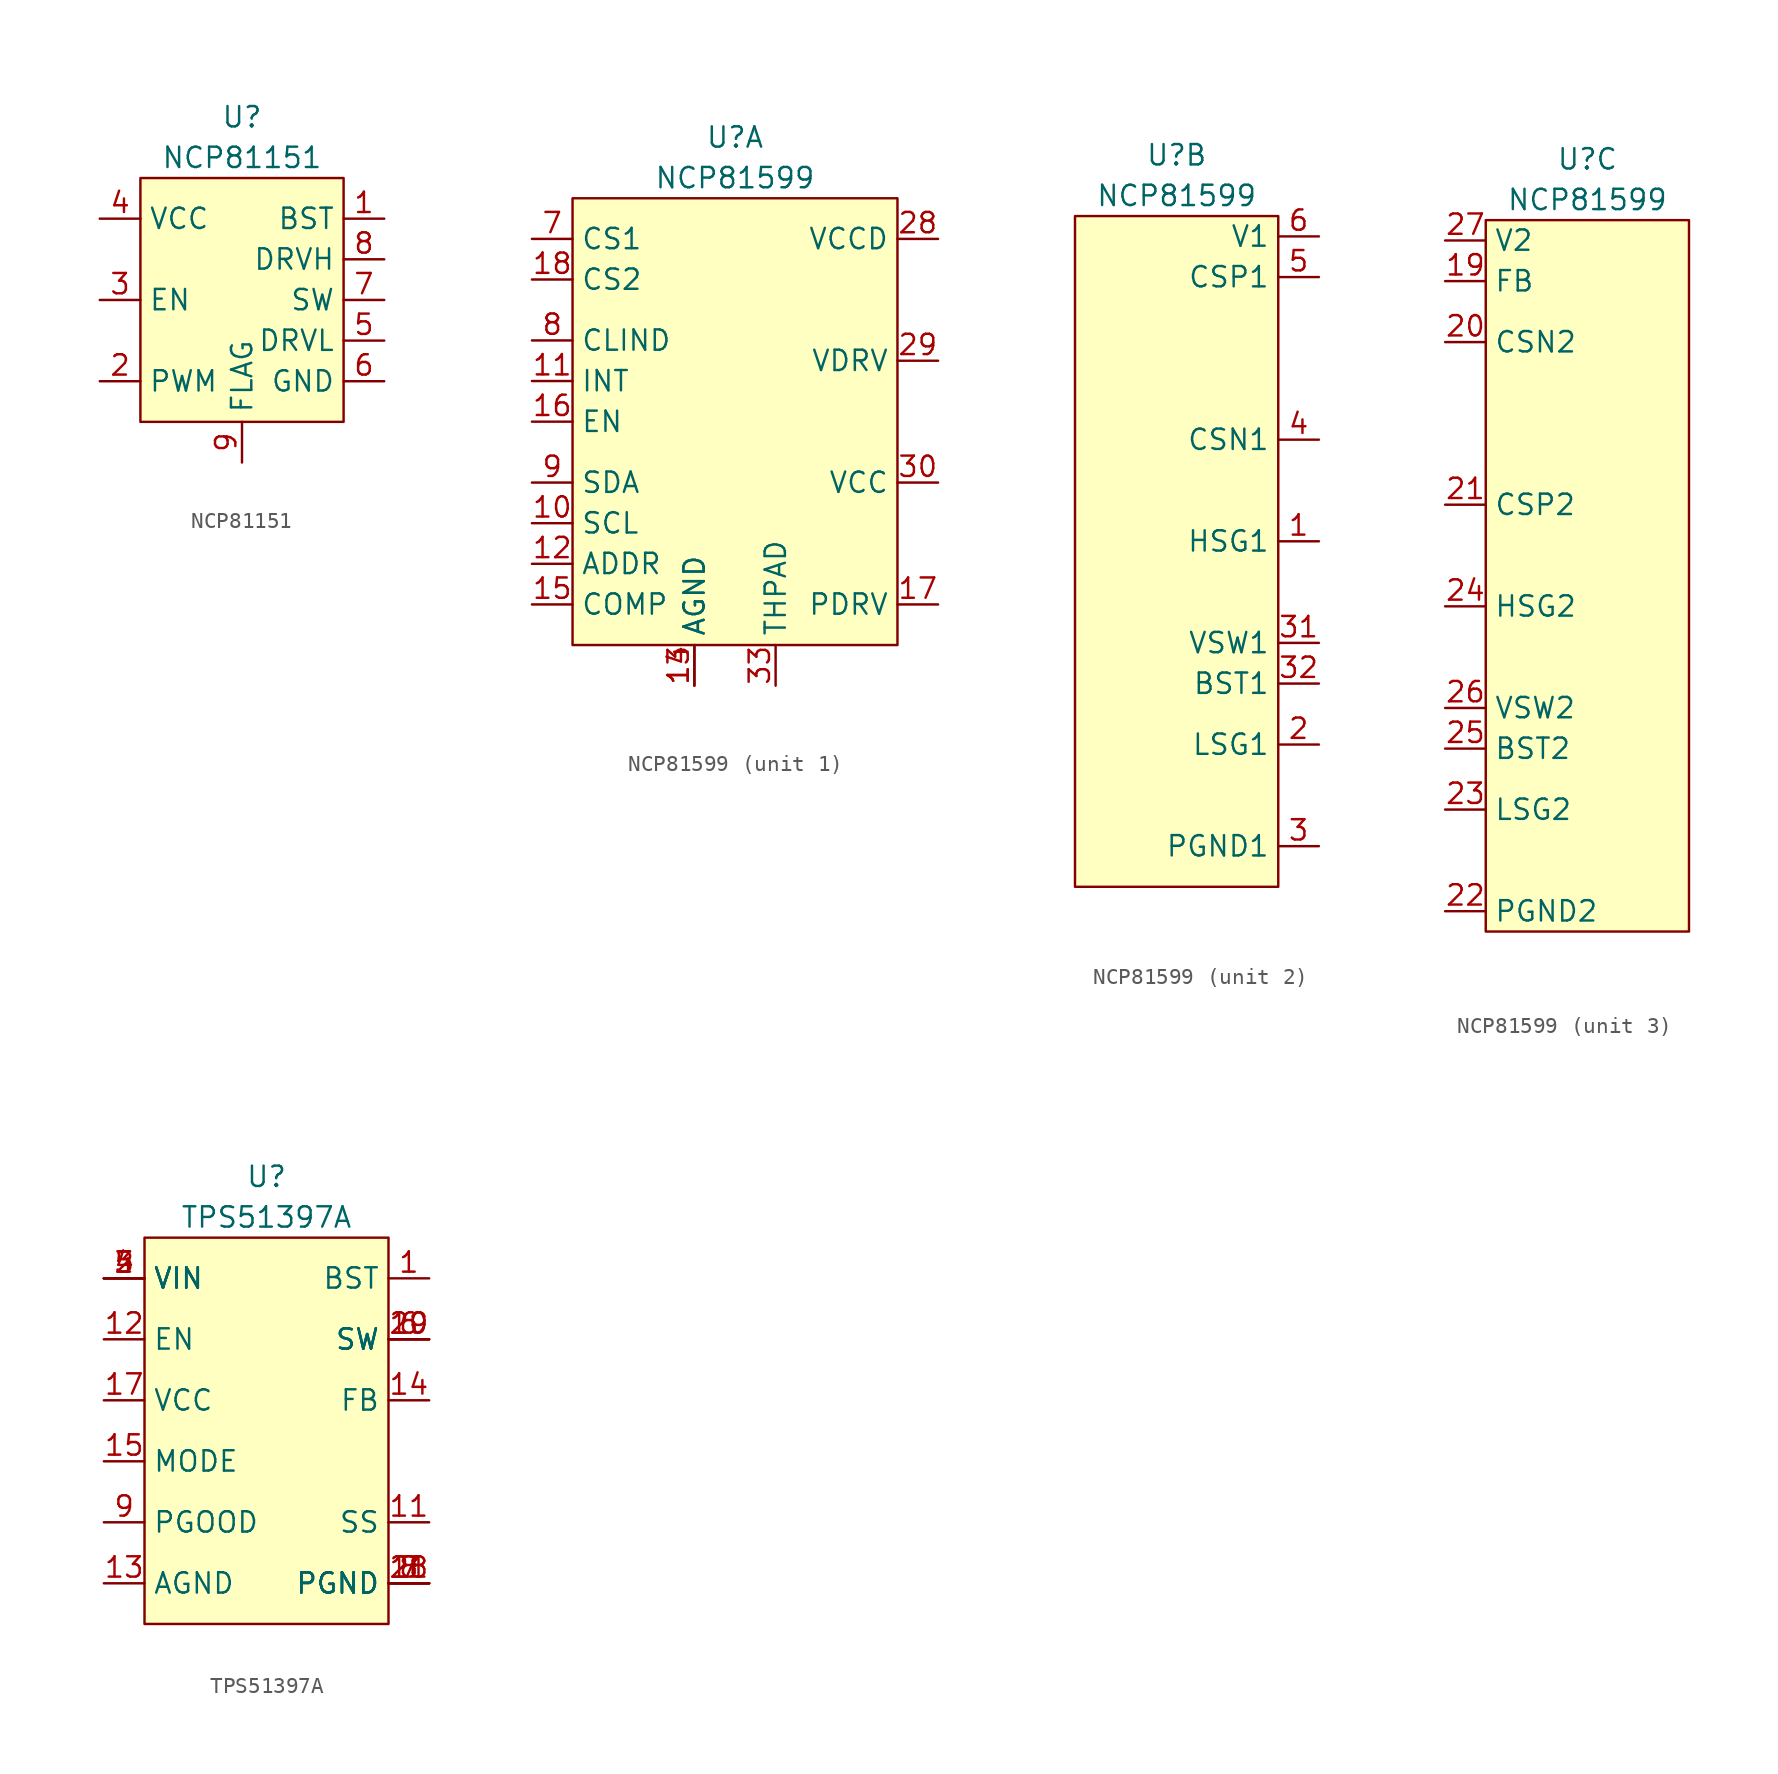
<source format=kicad_sym>
(kicad_symbol_lib
  (version 20220914)
  (generator kicad_symbol_editor)
  (symbol "NCP81151"
    (property "Reference" "U"
      (at 0 3.81 0)
      (effects (font (size 1.27 1.27))))
    (property "Value" "NCP81151"
      (at 0 1.27 0)
      (effects (font (size 1.27 1.27))))
    (symbol "NCP81151_1_1"
      (rectangle (start -6.35 0) (end 6.35 -15.24) (stroke (width 0) (type default)) (fill (type background)))
      (pin bidirectional line (at 8.89 -2.54 180) (length 2.54) (name "BST" (effects (font (size 1.27 1.27)))) (number "1" (effects (font (size 1.27 1.27)))))
      (pin input line (at -8.89 -12.7 0) (length 2.54) (name "PWM" (effects (font (size 1.27 1.27)))) (number "2" (effects (font (size 1.27 1.27)))))
      (pin input line (at -8.89 -7.62 0) (length 2.54) (name "EN" (effects (font (size 1.27 1.27)))) (number "3" (effects (font (size 1.27 1.27)))))
      (pin power_in line (at -8.89 -2.54 0) (length 2.54) (name "VCC" (effects (font (size 1.27 1.27)))) (number "4" (effects (font (size 1.27 1.27)))))
      (pin output line (at 8.89 -10.16 180) (length 2.54) (name "DRVL" (effects (font (size 1.27 1.27)))) (number "5" (effects (font (size 1.27 1.27)))))
      (pin power_in line (at 8.89 -12.7 180) (length 2.54) (name "GND" (effects (font (size 1.27 1.27)))) (number "6" (effects (font (size 1.27 1.27)))))
      (pin bidirectional line (at 8.89 -7.62 180) (length 2.54) (name "SW" (effects (font (size 1.27 1.27)))) (number "7" (effects (font (size 1.27 1.27)))))
      (pin output line (at 8.89 -5.08 180) (length 2.54) (name "DRVH" (effects (font (size 1.27 1.27)))) (number "8" (effects (font (size 1.27 1.27)))))
      (pin unspecified line (at 0 -17.78 90) (length 2.54) (name "FLAG" (effects (font (size 1.27 1.27)))) (number "9" (effects (font (size 1.27 1.27)))))))
  (symbol "NCP81599"
    (property "Reference" "U"
      (at 0 3.81 0)
      (effects (font (size 1.27 1.27))))
    (property "Value" "NCP81599"
      (at 0 1.27 0)
      (effects (font (size 1.27 1.27))))
    (property "ki_locked" ""
      (at 0 0 0)
      (effects (font (size 1.27 1.27))))
    (symbol "NCP81599_1_1"
      (rectangle (start -10.16 0) (end 10.16 -27.94) (stroke (width 0) (type default)) (fill (type background)))
      (pin input line (at -12.7 -20.32 0) (length 2.54) (name "SCL" (effects (font (size 1.27 1.27)))) (number "10" (effects (font (size 1.27 1.27)))))
      (pin output line (at -12.7 -11.43 0) (length 2.54) (name "INT" (effects (font (size 1.27 1.27)))) (number "11" (effects (font (size 1.27 1.27)))))
      (pin input line (at -12.7 -22.86 0) (length 2.54) (name "ADDR" (effects (font (size 1.27 1.27)))) (number "12" (effects (font (size 1.27 1.27)))))
      (pin power_in line (at -2.54 -30.48 90) (length 2.54) (name "AGND" (effects (font (size 1.27 1.27)))) (number "13" (effects (font (size 1.27 1.27)))))
      (pin power_in line (at -2.54 -30.48 90) (length 2.54) (name "AGND" (effects (font (size 1.27 1.27)))) (number "14" (effects (font (size 1.27 1.27)))))
      (pin input line (at -12.7 -25.4 0) (length 2.54) (name "COMP" (effects (font (size 1.27 1.27)))) (number "15" (effects (font (size 1.27 1.27)))))
      (pin input line (at -12.7 -13.97 0) (length 2.54) (name "EN" (effects (font (size 1.27 1.27)))) (number "16" (effects (font (size 1.27 1.27)))))
      (pin output line (at 12.7 -25.4 180) (length 2.54) (name "PDRV" (effects (font (size 1.27 1.27)))) (number "17" (effects (font (size 1.27 1.27)))))
      (pin output line (at -12.7 -5.08 0) (length 2.54) (name "CS2" (effects (font (size 1.27 1.27)))) (number "18" (effects (font (size 1.27 1.27)))))
      (pin power_in line (at 12.7 -2.54 180) (length 2.54) (name "VCCD" (effects (font (size 1.27 1.27)))) (number "28" (effects (font (size 1.27 1.27)))))
      (pin power_in line (at 12.7 -10.16 180) (length 2.54) (name "VDRV" (effects (font (size 1.27 1.27)))) (number "29" (effects (font (size 1.27 1.27)))))
      (pin power_out line (at 12.7 -17.78 180) (length 2.54) (name "VCC" (effects (font (size 1.27 1.27)))) (number "30" (effects (font (size 1.27 1.27)))))
      (pin power_in line (at 2.54 -30.48 90) (length 2.54) (name "THPAD" (effects (font (size 1.27 1.27)))) (number "33" (effects (font (size 1.27 1.27)))))
      (pin output line (at -12.7 -2.54 0) (length 2.54) (name "CS1" (effects (font (size 1.27 1.27)))) (number "7" (effects (font (size 1.27 1.27)))))
      (pin output line (at -12.7 -8.89 0) (length 2.54) (name "CLIND" (effects (font (size 1.27 1.27)))) (number "8" (effects (font (size 1.27 1.27)))))
      (pin bidirectional line (at -12.7 -17.78 0) (length 2.54) (name "SDA" (effects (font (size 1.27 1.27)))) (number "9" (effects (font (size 1.27 1.27))))))
    (symbol "NCP81599_2_1"
      (rectangle (start -6.35 0) (end 6.35 -41.91) (stroke (width 0) (type default)) (fill (type background)))
      (pin output line (at 8.89 -20.32 180) (length 2.54) (name "HSG1" (effects (font (size 1.27 1.27)))) (number "1" (effects (font (size 1.27 1.27)))))
      (pin output line (at 8.89 -33.02 180) (length 2.54) (name "LSG1" (effects (font (size 1.27 1.27)))) (number "2" (effects (font (size 1.27 1.27)))))
      (pin power_in line (at 8.89 -39.37 180) (length 2.54) (name "PGND1" (effects (font (size 1.27 1.27)))) (number "3" (effects (font (size 1.27 1.27)))))
      (pin input line (at 8.89 -26.67 180) (length 2.54) (name "VSW1" (effects (font (size 1.27 1.27)))) (number "31" (effects (font (size 1.27 1.27)))))
      (pin input line (at 8.89 -29.21 180) (length 2.54) (name "BST1" (effects (font (size 1.27 1.27)))) (number "32" (effects (font (size 1.27 1.27)))))
      (pin input line (at 8.89 -13.97 180) (length 2.54) (name "CSN1" (effects (font (size 1.27 1.27)))) (number "4" (effects (font (size 1.27 1.27)))))
      (pin input line (at 8.89 -3.81 180) (length 2.54) (name "CSP1" (effects (font (size 1.27 1.27)))) (number "5" (effects (font (size 1.27 1.27)))))
      (pin power_in line (at 8.89 -1.27 180) (length 2.54) (name "V1" (effects (font (size 1.27 1.27)))) (number "6" (effects (font (size 1.27 1.27))))))
    (symbol "NCP81599_3_1"
      (rectangle (start -6.35 0) (end 6.35 -44.45) (stroke (width 0) (type default)) (fill (type background)))
      (pin input line (at -8.89 -3.81 0) (length 2.54) (name "FB" (effects (font (size 1.27 1.27)))) (number "19" (effects (font (size 1.27 1.27)))))
      (pin input line (at -8.89 -7.62 0) (length 2.54) (name "CSN2" (effects (font (size 1.27 1.27)))) (number "20" (effects (font (size 1.27 1.27)))))
      (pin input line (at -8.89 -17.78 0) (length 2.54) (name "CSP2" (effects (font (size 1.27 1.27)))) (number "21" (effects (font (size 1.27 1.27)))))
      (pin power_in line (at -8.89 -43.18 0) (length 2.54) (name "PGND2" (effects (font (size 1.27 1.27)))) (number "22" (effects (font (size 1.27 1.27)))))
      (pin output line (at -8.89 -36.83 0) (length 2.54) (name "LSG2" (effects (font (size 1.27 1.27)))) (number "23" (effects (font (size 1.27 1.27)))))
      (pin output line (at -8.89 -24.13 0) (length 2.54) (name "HSG2" (effects (font (size 1.27 1.27)))) (number "24" (effects (font (size 1.27 1.27)))))
      (pin input line (at -8.89 -33.02 0) (length 2.54) (name "BST2" (effects (font (size 1.27 1.27)))) (number "25" (effects (font (size 1.27 1.27)))))
      (pin input line (at -8.89 -30.48 0) (length 2.54) (name "VSW2" (effects (font (size 1.27 1.27)))) (number "26" (effects (font (size 1.27 1.27)))))
      (pin power_in line (at -8.89 -1.27 0) (length 2.54) (name "V2" (effects (font (size 1.27 1.27)))) (number "27" (effects (font (size 1.27 1.27)))))))
  (symbol "TPS51397A"
    (property "Reference" "U"
      (at 0 3.81 0)
      (effects (font (size 1.27 1.27))))
    (property "Value" "TPS51397A"
      (at 0 1.27 0)
      (effects (font (size 1.27 1.27))))
    (symbol "TPS51397A_1_1"
      (rectangle (start -7.62 0) (end 7.62 -24.13) (stroke (width 0) (type default)) (fill (type background)))
      (pin output line (at 10.16 -2.54 180) (length 2.54) (name "BST" (effects (font (size 1.27 1.27)))) (number "1" (effects (font (size 1.27 1.27)))))
      (pin output line (at 10.16 -17.78 180) (length 2.54) (name "SS" (effects (font (size 1.27 1.27)))) (number "11" (effects (font (size 1.27 1.27)))))
      (pin input line (at -10.16 -6.35 0) (length 2.54) (name "EN" (effects (font (size 1.27 1.27)))) (number "12" (effects (font (size 1.27 1.27)))))
      (pin power_in line (at -10.16 -21.59 0) (length 2.54) (name "AGND" (effects (font (size 1.27 1.27)))) (number "13" (effects (font (size 1.27 1.27)))))
      (pin input line (at 10.16 -10.16 180) (length 2.54) (name "FB" (effects (font (size 1.27 1.27)))) (number "14" (effects (font (size 1.27 1.27)))))
      (pin input line (at -10.16 -13.97 0) (length 2.54) (name "MODE" (effects (font (size 1.27 1.27)))) (number "15" (effects (font (size 1.27 1.27)))))
      (pin power_out line (at -10.16 -10.16 0) (length 2.54) (name "VCC" (effects (font (size 1.27 1.27)))) (number "17" (effects (font (size 1.27 1.27)))))
      (pin power_in line (at 10.16 -21.59 180) (length 2.54) (name "PGND" (effects (font (size 1.27 1.27)))) (number "18" (effects (font (size 1.27 1.27)))))
      (pin power_out line (at 10.16 -6.35 180) (length 2.54) (name "SW" (effects (font (size 1.27 1.27)))) (number "19" (effects (font (size 1.27 1.27)))))
      (pin power_in line (at -10.16 -2.54 0) (length 2.54) (name "VIN" (effects (font (size 1.27 1.27)))) (number "2" (effects (font (size 1.27 1.27)))))
      (pin power_out line (at 10.16 -6.35 180) (length 2.54) (name "SW" (effects (font (size 1.27 1.27)))) (number "20" (effects (font (size 1.27 1.27)))))
      (pin power_in line (at 10.16 -21.59 180) (length 2.54) (name "PGND" (effects (font (size 1.27 1.27)))) (number "21" (effects (font (size 1.27 1.27)))))
      (pin power_in line (at -10.16 -2.54 0) (length 2.54) (name "VIN" (effects (font (size 1.27 1.27)))) (number "3" (effects (font (size 1.27 1.27)))))
      (pin power_in line (at -10.16 -2.54 0) (length 2.54) (name "VIN" (effects (font (size 1.27 1.27)))) (number "4" (effects (font (size 1.27 1.27)))))
      (pin power_in line (at -10.16 -2.54 0) (length 2.54) (name "VIN" (effects (font (size 1.27 1.27)))) (number "5" (effects (font (size 1.27 1.27)))))
      (pin power_out line (at 10.16 -6.35 180) (length 2.54) (name "SW" (effects (font (size 1.27 1.27)))) (number "6" (effects (font (size 1.27 1.27)))))
      (pin power_in line (at 10.16 -21.59 180) (length 2.54) (name "PGND" (effects (font (size 1.27 1.27)))) (number "7" (effects (font (size 1.27 1.27)))))
      (pin power_in line (at 10.16 -21.59 180) (length 2.54) (name "PGND" (effects (font (size 1.27 1.27)))) (number "8" (effects (font (size 1.27 1.27)))))
      (pin output line (at -10.16 -17.78 0) (length 2.54) (name "PGOOD" (effects (font (size 1.27 1.27)))) (number "9" (effects (font (size 1.27 1.27))))))))
</source>
